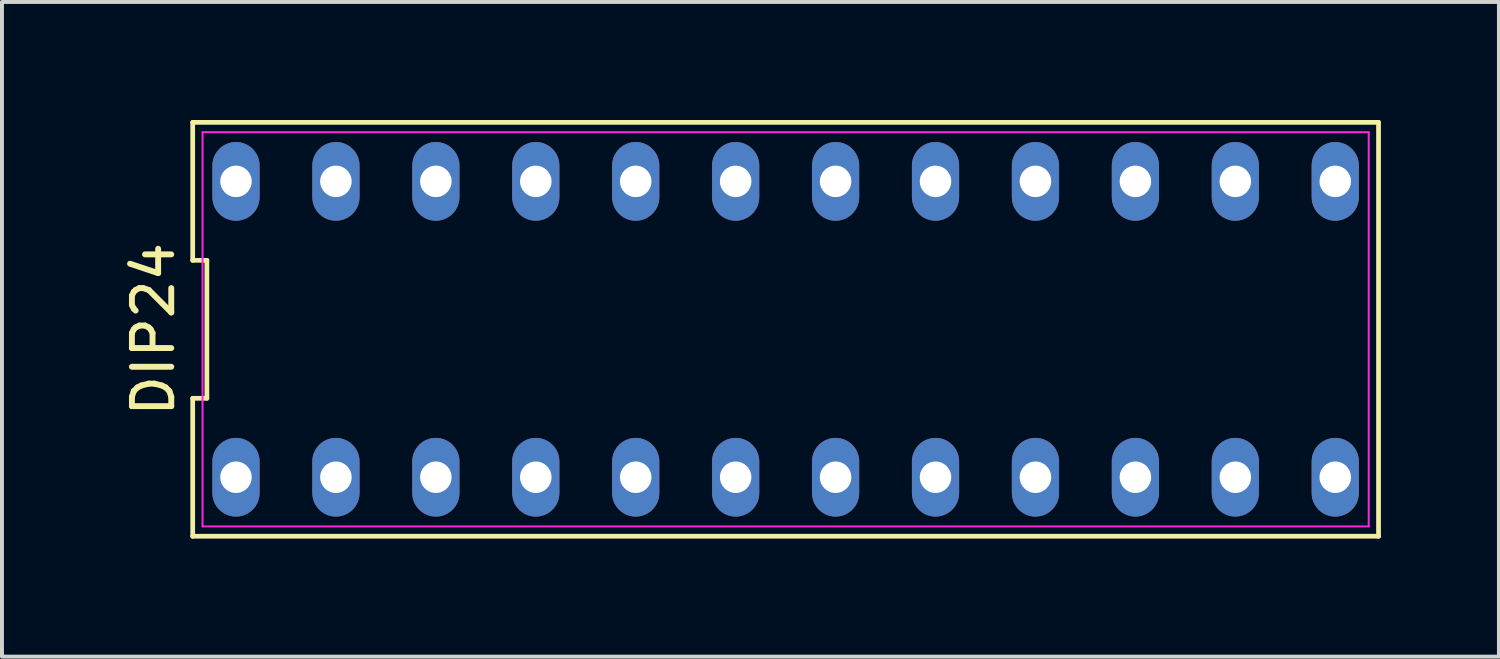
<source format=kicad_pcb>
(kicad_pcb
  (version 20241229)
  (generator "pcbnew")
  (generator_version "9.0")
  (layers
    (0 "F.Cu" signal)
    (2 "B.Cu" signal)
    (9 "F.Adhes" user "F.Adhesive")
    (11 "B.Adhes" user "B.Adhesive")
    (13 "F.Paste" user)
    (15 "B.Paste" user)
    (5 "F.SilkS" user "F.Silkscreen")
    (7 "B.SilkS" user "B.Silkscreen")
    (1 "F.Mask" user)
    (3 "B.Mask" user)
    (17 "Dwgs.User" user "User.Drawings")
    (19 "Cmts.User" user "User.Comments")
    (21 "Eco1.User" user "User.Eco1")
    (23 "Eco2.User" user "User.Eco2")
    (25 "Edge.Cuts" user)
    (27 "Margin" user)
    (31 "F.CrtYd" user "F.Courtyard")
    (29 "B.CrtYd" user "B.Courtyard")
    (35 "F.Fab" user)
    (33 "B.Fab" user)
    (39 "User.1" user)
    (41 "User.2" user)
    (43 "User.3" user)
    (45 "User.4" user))
  (footprint "DIP24"
    (layer "F.Cu")
    (at 16.918 5.32)
    (property "Reference" "DIP24" (at -16.07 0 90) (layer "F.SilkS") (effects (font (size 1 1) (thickness 0.15))))
    (attr through_hole)
    (fp_line (start -15.07 -5.26) (end -15.07 -1.753) (stroke (width 0.12) (type solid)) (layer "F.SilkS"))
    (fp_line (start -15.07 -1.753) (end -14.71 -1.753) (stroke (width 0.12) (type solid)) (layer "F.SilkS"))
    (fp_line (start -15.07 1.753) (end -15.07 5.26) (stroke (width 0.12) (type solid)) (layer "F.SilkS"))
    (fp_line (start -15.07 5.26) (end 15.07 5.26) (stroke (width 0.12) (type solid)) (layer "F.SilkS"))
    (fp_line (start -14.71 -1.753) (end -14.71 1.753) (stroke (width 0.12) (type solid)) (layer "F.SilkS"))
    (fp_line (start -14.71 1.753) (end -15.07 1.753) (stroke (width 0.12) (type solid)) (layer "F.SilkS"))
    (fp_line (start 15.07 -5.26) (end -15.07 -5.26) (stroke (width 0.12) (type solid)) (layer "F.SilkS"))
    (fp_line (start 15.07 5.26) (end 15.07 -5.26) (stroke (width 0.12) (type solid)) (layer "F.SilkS"))
    (fp_line (start -14.82 -5.01) (end 14.82 -5.01) (stroke (width 0.05) (type solid)) (layer "F.CrtYd"))
    (fp_line (start -14.82 5.01) (end -14.82 -5.01) (stroke (width 0.05) (type solid)) (layer "F.CrtYd"))
    (fp_line (start 14.82 -5.01) (end 14.82 5.01) (stroke (width 0.05) (type solid)) (layer "F.CrtYd"))
    (fp_line (start 14.82 5.01) (end -14.82 5.01) (stroke (width 0.05) (type solid)) (layer "F.CrtYd"))
    (pad "1" thru_hole oval (at -13.97 3.76) (size 1.2 2) (drill 0.8) (layers "*.Cu" "*.Mask"))
    (pad "2" thru_hole oval (at -11.43 3.76) (size 1.2 2) (drill 0.8) (layers "*.Cu" "*.Mask"))
    (pad "3" thru_hole oval (at -8.89 3.76) (size 1.2 2) (drill 0.8) (layers "*.Cu" "*.Mask"))
    (pad "4" thru_hole oval (at -6.35 3.76) (size 1.2 2) (drill 0.8) (layers "*.Cu" "*.Mask"))
    (pad "5" thru_hole oval (at -3.81 3.76) (size 1.2 2) (drill 0.8) (layers "*.Cu" "*.Mask"))
    (pad "6" thru_hole oval (at -1.27 3.76) (size 1.2 2) (drill 0.8) (layers "*.Cu" "*.Mask"))
    (pad "7" thru_hole oval (at 1.27 3.76) (size 1.2 2) (drill 0.8) (layers "*.Cu" "*.Mask"))
    (pad "8" thru_hole oval (at 3.81 3.76) (size 1.2 2) (drill 0.8) (layers "*.Cu" "*.Mask"))
    (pad "9" thru_hole oval (at 6.35 3.76) (size 1.2 2) (drill 0.8) (layers "*.Cu" "*.Mask"))
    (pad "10" thru_hole oval (at 8.89 3.76) (size 1.2 2) (drill 0.8) (layers "*.Cu" "*.Mask"))
    (pad "11" thru_hole oval (at 11.43 3.76) (size 1.2 2) (drill 0.8) (layers "*.Cu" "*.Mask"))
    (pad "12" thru_hole oval (at 13.97 3.76) (size 1.2 2) (drill 0.8) (layers "*.Cu" "*.Mask"))
    (pad "13" thru_hole oval (at 13.97 -3.76) (size 1.2 2) (drill 0.8) (layers "*.Cu" "*.Mask"))
    (pad "14" thru_hole oval (at 11.43 -3.76) (size 1.2 2) (drill 0.8) (layers "*.Cu" "*.Mask"))
    (pad "15" thru_hole oval (at 8.89 -3.76) (size 1.2 2) (drill 0.8) (layers "*.Cu" "*.Mask"))
    (pad "16" thru_hole oval (at 6.35 -3.76) (size 1.2 2) (drill 0.8) (layers "*.Cu" "*.Mask"))
    (pad "17" thru_hole oval (at 3.81 -3.76) (size 1.2 2) (drill 0.8) (layers "*.Cu" "*.Mask"))
    (pad "18" thru_hole oval (at 1.27 -3.76) (size 1.2 2) (drill 0.8) (layers "*.Cu" "*.Mask"))
    (pad "19" thru_hole oval (at -1.27 -3.76) (size 1.2 2) (drill 0.8) (layers "*.Cu" "*.Mask"))
    (pad "20" thru_hole oval (at -3.81 -3.76) (size 1.2 2) (drill 0.8) (layers "*.Cu" "*.Mask"))
    (pad "21" thru_hole oval (at -6.35 -3.76) (size 1.2 2) (drill 0.8) (layers "*.Cu" "*.Mask"))
    (pad "22" thru_hole oval (at -8.89 -3.76) (size 1.2 2) (drill 0.8) (layers "*.Cu" "*.Mask"))
    (pad "23" thru_hole oval (at -11.43 -3.76) (size 1.2 2) (drill 0.8) (layers "*.Cu" "*.Mask"))
    (pad "24" thru_hole oval (at -13.97 -3.76) (size 1.2 2) (drill 0.8) (layers "*.Cu" "*.Mask")))
  (gr_rect
    (start -3 -3)
    (end 35.048 13.64)
    (stroke (width 0.1) (type default))
    (fill no)
    (layer "Edge.Cuts")))
</source>
